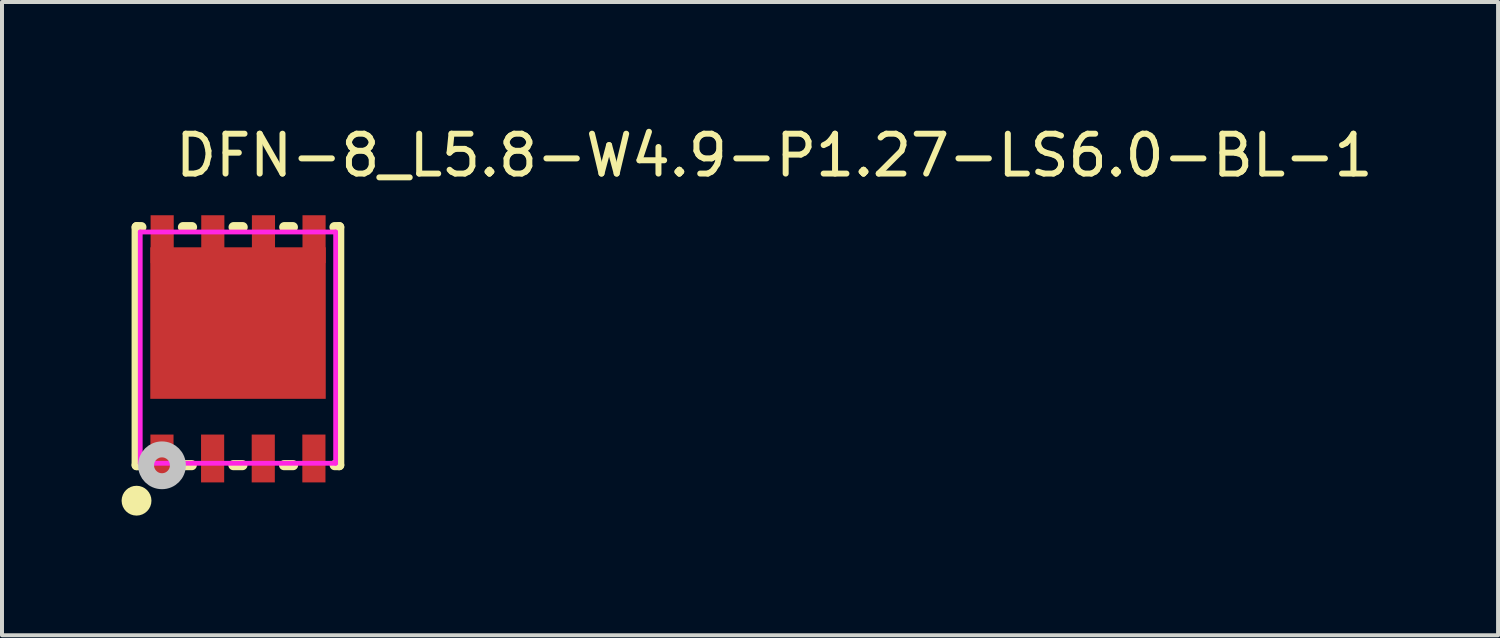
<source format=kicad_pcb>
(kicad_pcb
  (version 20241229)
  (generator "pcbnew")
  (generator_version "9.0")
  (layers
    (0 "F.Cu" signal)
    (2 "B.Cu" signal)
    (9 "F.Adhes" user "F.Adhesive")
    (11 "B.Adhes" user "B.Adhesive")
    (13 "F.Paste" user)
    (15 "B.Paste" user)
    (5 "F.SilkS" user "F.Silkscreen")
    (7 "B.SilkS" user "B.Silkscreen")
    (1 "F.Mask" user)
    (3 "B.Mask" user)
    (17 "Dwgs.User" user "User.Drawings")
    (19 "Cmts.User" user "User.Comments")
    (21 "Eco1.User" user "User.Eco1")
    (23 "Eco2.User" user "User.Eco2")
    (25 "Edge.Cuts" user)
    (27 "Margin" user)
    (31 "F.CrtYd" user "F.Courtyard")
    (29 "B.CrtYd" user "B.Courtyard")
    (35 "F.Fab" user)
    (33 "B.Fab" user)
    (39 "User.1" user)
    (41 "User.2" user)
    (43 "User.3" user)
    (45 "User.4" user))
  (footprint "DFN-8_L5.8-W4.9-P1.27-LS6.0-BL-1"
    (layer "F.Cu")
    (at 2.919 5.698)
    (property "Reference" "DFN-8_L5.8-W4.9-P1.27-LS6.0-BL-1" (at -1.65 -4.85 0) (layer "F.SilkS") (effects (font (size 1 1) (thickness 0.15)) (justify left)))
    (attr smd)
    (fp_line (start -2.542 -3.052) (end -2.423 -3.052) (stroke (width 0.254) (type solid)) (layer "F.SilkS"))
    (fp_line (start -2.542 2.917) (end -2.542 -3.052) (stroke (width 0.254) (type solid)) (layer "F.SilkS"))
    (fp_line (start -2.429 2.917) (end -2.542 2.917) (stroke (width 0.254) (type solid)) (layer "F.SilkS"))
    (fp_line (start -1.381 -3.052) (end -1.153 -3.052) (stroke (width 0.254) (type solid)) (layer "F.SilkS"))
    (fp_line (start -1.159 2.917) (end -1.386 2.917) (stroke (width 0.254) (type solid)) (layer "F.SilkS"))
    (fp_line (start -0.111 -3.052) (end 0.117 -3.052) (stroke (width 0.254) (type solid)) (layer "F.SilkS"))
    (fp_line (start 0.111 2.917) (end -0.116 2.917) (stroke (width 0.254) (type solid)) (layer "F.SilkS"))
    (fp_line (start 1.159 -3.052) (end 1.376 -3.052) (stroke (width 0.254) (type solid)) (layer "F.SilkS"))
    (fp_line (start 1.381 2.917) (end 1.154 2.917) (stroke (width 0.254) (type solid)) (layer "F.SilkS"))
    (fp_line (start 2.419 -3.052) (end 2.538 -3.052) (stroke (width 0.254) (type solid)) (layer "F.SilkS"))
    (fp_line (start 2.538 -3.052) (end 2.538 2.917) (stroke (width 0.254) (type solid)) (layer "F.SilkS"))
    (fp_line (start 2.538 2.917) (end 2.424 2.917) (stroke (width 0.254) (type solid)) (layer "F.SilkS"))
    (fp_arc (start -2.669 3.807) (mid -2.420986 3.809735) (end -2.669015 3.809531) (stroke (width 0.5) (type solid)) (layer "F.SilkS"))
    (fp_circle (center -1.907 2.921) (end -1.708 2.921) (stroke (width 0.4) (type solid)) (fill no) (layer "Dwgs.User"))
    (fp_circle (center -2.452 3.01) (end -2.423 3.01) (stroke (width 0.06) (type solid)) (fill no) (layer "Eco2.User"))
    (fp_poly (pts (xy 0.833 3.01) (xy 0.433 3.01) (xy 0.433 2.36) (xy 0.833 2.36)) (stroke (width 0.12) (type solid)) (fill no) (layer "Eco2.User"))
    (fp_line (start -2.452 -2.93) (end 2.448 -2.93) (stroke (width 0.12) (type solid)) (layer "F.CrtYd"))
    (fp_line (start -2.452 2.87) (end -2.452 -2.93) (stroke (width 0.12) (type solid)) (layer "F.CrtYd"))
    (fp_line (start 2.448 -2.93) (end 2.448 2.87) (stroke (width 0.12) (type solid)) (layer "F.CrtYd"))
    (fp_line (start 2.448 2.87) (end -2.452 2.87) (stroke (width 0.12) (type solid)) (layer "F.CrtYd"))
    (pad "1" smd rect (at -1.902 -2.75) (size 0.58 1.2) (layers "F.Cu" "F.Mask" "F.Paste"))
    (pad "1" smd rect (at -0.632 -2.75) (size 0.58 1.2) (layers "F.Cu" "F.Mask" "F.Paste"))
    (pad "1" smd rect (at 0 -0.646) (size 4.4 3.8) (layers "F.Cu" "F.Mask" "F.Paste" "Eco2.User"))
    (pad "1" smd rect (at 0.638 -2.75) (size 0.58 1.2) (layers "F.Cu" "F.Mask" "F.Paste"))
    (pad "1" smd rect (at 1.907 -2.75) (size 0.58 1.2) (layers "F.Cu" "F.Mask" "F.Paste"))
    (pad "2" smd rect (at 1.903 2.75 180) (size 0.58 1.2) (layers "F.Cu" "F.Mask" "F.Paste"))
    (pad "3" smd rect (at -1.907 2.75 180) (size 0.58 1.2) (layers "F.Cu" "F.Mask" "F.Paste"))
    (pad "3" smd rect (at -0.637 2.75 180) (size 0.58 1.2) (layers "F.Cu" "F.Mask" "F.Paste"))
    (pad "3" smd rect (at 0.633 2.75 180) (size 0.58 1.2) (layers "F.Cu" "F.Mask" "F.Paste")))
  (gr_rect
    (start -3 -3)
    (end 34.519 12.881)
    (stroke (width 0.1) (type default))
    (fill no)
    (layer "Edge.Cuts")))
</source>
